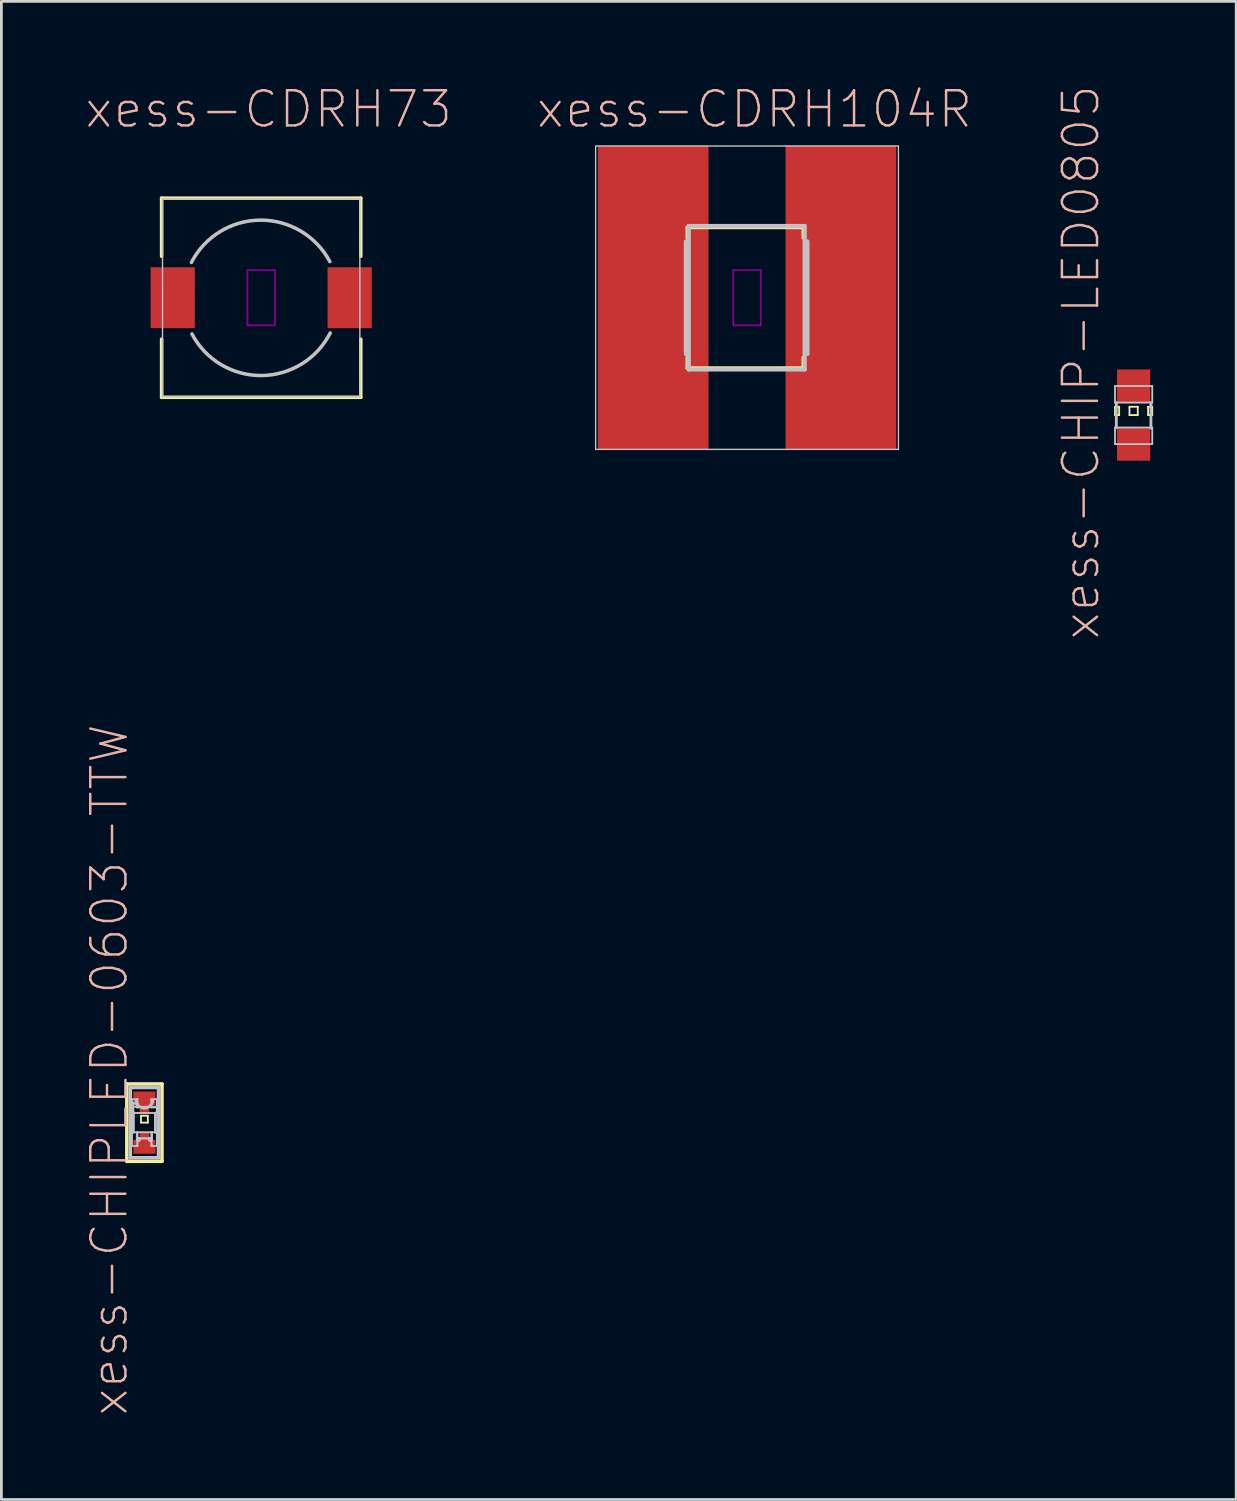
<source format=kicad_pcb>
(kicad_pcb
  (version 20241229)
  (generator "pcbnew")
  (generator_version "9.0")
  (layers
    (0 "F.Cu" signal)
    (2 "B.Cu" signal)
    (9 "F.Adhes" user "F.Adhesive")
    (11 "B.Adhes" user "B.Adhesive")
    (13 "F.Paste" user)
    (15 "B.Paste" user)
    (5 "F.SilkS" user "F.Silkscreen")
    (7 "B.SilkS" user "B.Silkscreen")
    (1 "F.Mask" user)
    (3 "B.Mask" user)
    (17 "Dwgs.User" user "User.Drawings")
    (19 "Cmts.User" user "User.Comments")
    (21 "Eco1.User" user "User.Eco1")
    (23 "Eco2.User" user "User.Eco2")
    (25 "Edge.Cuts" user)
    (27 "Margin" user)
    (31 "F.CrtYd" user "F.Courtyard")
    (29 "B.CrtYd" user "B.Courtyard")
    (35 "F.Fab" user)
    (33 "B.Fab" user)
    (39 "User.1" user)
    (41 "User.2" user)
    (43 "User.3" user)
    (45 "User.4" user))
  (footprint "xess-CHIPLED-0603-TTW"
    (layer "F.Cu")
    (at 2.169 37.521)
    (property "Reference" "xess-CHIPLED-0603-TTW" (at -1.27 -1.905 90) (layer "B.SilkS") (effects (font (size 1.27 1.27) (thickness 0.089))))
    (attr smd)
    (fp_line (start -0.399 -1.123) (end 0.399 -1.123) (stroke (width 0.066) (type solid)) (layer "F.Mask"))
    (fp_line (start -0.399 -0.625) (end -0.399 -1.123) (stroke (width 0.066) (type solid)) (layer "F.Mask"))
    (fp_line (start -0.399 -0.625) (end 0.399 -0.625) (stroke (width 0.066) (type solid)) (layer "F.Mask"))
    (fp_line (start -0.399 0.625) (end 0.399 0.625) (stroke (width 0.066) (type solid)) (layer "F.Mask"))
    (fp_line (start -0.399 1.123) (end -0.399 0.625) (stroke (width 0.066) (type solid)) (layer "F.Mask"))
    (fp_line (start -0.399 1.123) (end 0.399 1.123) (stroke (width 0.066) (type solid)) (layer "F.Mask"))
    (fp_line (start -0.173 -0.699) (end 0.173 -0.699) (stroke (width 0.066) (type solid)) (layer "F.Mask"))
    (fp_line (start -0.173 -0.323) (end -0.173 -0.699) (stroke (width 0.066) (type solid)) (layer "F.Mask"))
    (fp_line (start -0.173 -0.323) (end 0.173 -0.323) (stroke (width 0.066) (type solid)) (layer "F.Mask"))
    (fp_line (start -0.173 0.323) (end 0.173 0.323) (stroke (width 0.066) (type solid)) (layer "F.Mask"))
    (fp_line (start -0.173 0.673) (end -0.173 0.323) (stroke (width 0.066) (type solid)) (layer "F.Mask"))
    (fp_line (start -0.173 0.673) (end 0.173 0.673) (stroke (width 0.066) (type solid)) (layer "F.Mask"))
    (fp_line (start 0.173 -0.323) (end 0.173 -0.699) (stroke (width 0.066) (type solid)) (layer "F.Mask"))
    (fp_line (start 0.173 0.673) (end 0.173 0.323) (stroke (width 0.066) (type solid)) (layer "F.Mask"))
    (fp_line (start 0.399 -0.625) (end 0.399 -1.123) (stroke (width 0.066) (type solid)) (layer "F.Mask"))
    (fp_line (start 0.399 1.123) (end 0.399 0.625) (stroke (width 0.066) (type solid)) (layer "F.Mask"))
    (fp_line (start -0.635 -1.397) (end -0.635 1.397) (stroke (width 0.127) (type solid)) (layer "F.SilkS"))
    (fp_line (start -0.635 1.397) (end 0.635 1.397) (stroke (width 0.127) (type solid)) (layer "F.SilkS"))
    (fp_line (start -0.124 -0.249) (end 0.124 -0.249) (stroke (width 0.066) (type solid)) (layer "F.SilkS"))
    (fp_line (start -0.124 0) (end -0.124 -0.249) (stroke (width 0.066) (type solid)) (layer "F.SilkS"))
    (fp_line (start -0.124 0) (end 0.124 0) (stroke (width 0.066) (type solid)) (layer "F.SilkS"))
    (fp_line (start 0.124 0) (end 0.124 -0.249) (stroke (width 0.066) (type solid)) (layer "F.SilkS"))
    (fp_line (start 0.635 -1.397) (end -0.635 -1.397) (stroke (width 0.127) (type solid)) (layer "F.SilkS"))
    (fp_line (start 0.635 1.397) (end 0.635 -1.397) (stroke (width 0.127) (type solid)) (layer "F.SilkS"))
    (fp_line (start -0.508 -1.27) (end -0.508 1.27) (stroke (width 0.127) (type solid)) (layer "Dwgs.User"))
    (fp_line (start -0.508 1.27) (end 0.508 1.27) (stroke (width 0.127) (type solid)) (layer "Dwgs.User"))
    (fp_line (start -0.45 -0.848) (end -0.249 -0.848) (stroke (width 0.066) (type solid)) (layer "Dwgs.User"))
    (fp_line (start -0.45 -0.724) (end -0.399 -0.724) (stroke (width 0.066) (type solid)) (layer "Dwgs.User"))
    (fp_line (start -0.45 -0.699) (end -0.45 -0.848) (stroke (width 0.066) (type solid)) (layer "Dwgs.User"))
    (fp_line (start -0.45 -0.699) (end -0.249 -0.699) (stroke (width 0.066) (type solid)) (layer "Dwgs.User"))
    (fp_line (start -0.45 -0.574) (end 0.45 -0.574) (stroke (width 0.066) (type solid)) (layer "Dwgs.User"))
    (fp_line (start -0.45 -0.348) (end -0.45 -0.724) (stroke (width 0.066) (type solid)) (layer "Dwgs.User"))
    (fp_line (start -0.45 -0.348) (end -0.45 -0.574) (stroke (width 0.066) (type solid)) (layer "Dwgs.User"))
    (fp_line (start -0.45 -0.348) (end -0.399 -0.348) (stroke (width 0.066) (type solid)) (layer "Dwgs.User"))
    (fp_line (start -0.45 -0.348) (end 0.45 -0.348) (stroke (width 0.066) (type solid)) (layer "Dwgs.User"))
    (fp_line (start -0.45 0.348) (end -0.249 0.348) (stroke (width 0.066) (type solid)) (layer "Dwgs.User"))
    (fp_line (start -0.45 0.848) (end -0.45 0.348) (stroke (width 0.066) (type solid)) (layer "Dwgs.User"))
    (fp_line (start -0.45 0.848) (end -0.249 0.848) (stroke (width 0.066) (type solid)) (layer "Dwgs.User"))
    (fp_line (start -0.399 -0.373) (end -0.399 0.348) (stroke (width 0.102) (type solid)) (layer "Dwgs.User"))
    (fp_line (start -0.399 -0.348) (end -0.399 -0.724) (stroke (width 0.066) (type solid)) (layer "Dwgs.User"))
    (fp_line (start -0.274 -0.599) (end -0.224 -0.599) (stroke (width 0.066) (type solid)) (layer "Dwgs.User"))
    (fp_line (start -0.274 -0.549) (end -0.274 -0.599) (stroke (width 0.066) (type solid)) (layer "Dwgs.User"))
    (fp_line (start -0.274 -0.549) (end -0.224 -0.549) (stroke (width 0.066) (type solid)) (layer "Dwgs.User"))
    (fp_line (start -0.274 0.348) (end 0.274 0.348) (stroke (width 0.066) (type solid)) (layer "Dwgs.User"))
    (fp_line (start -0.274 0.549) (end -0.173 0.549) (stroke (width 0.066) (type solid)) (layer "Dwgs.User"))
    (fp_line (start -0.274 0.574) (end -0.274 0.348) (stroke (width 0.066) (type solid)) (layer "Dwgs.User"))
    (fp_line (start -0.274 0.574) (end 0.274 0.574) (stroke (width 0.066) (type solid)) (layer "Dwgs.User"))
    (fp_line (start -0.274 0.648) (end -0.274 0.549) (stroke (width 0.066) (type solid)) (layer "Dwgs.User"))
    (fp_line (start -0.274 0.648) (end -0.173 0.648) (stroke (width 0.066) (type solid)) (layer "Dwgs.User"))
    (fp_line (start -0.249 -0.699) (end -0.249 -0.848) (stroke (width 0.066) (type solid)) (layer "Dwgs.User"))
    (fp_line (start -0.249 0.848) (end -0.249 0.348) (stroke (width 0.066) (type solid)) (layer "Dwgs.User"))
    (fp_line (start -0.224 -0.549) (end -0.224 -0.599) (stroke (width 0.066) (type solid)) (layer "Dwgs.User"))
    (fp_line (start -0.173 0.648) (end -0.173 0.549) (stroke (width 0.066) (type solid)) (layer "Dwgs.User"))
    (fp_line (start 0.173 0.549) (end 0.274 0.549) (stroke (width 0.066) (type solid)) (layer "Dwgs.User"))
    (fp_line (start 0.173 0.648) (end 0.173 0.549) (stroke (width 0.066) (type solid)) (layer "Dwgs.User"))
    (fp_line (start 0.173 0.648) (end 0.274 0.648) (stroke (width 0.066) (type solid)) (layer "Dwgs.User"))
    (fp_line (start 0.249 -0.848) (end 0.45 -0.848) (stroke (width 0.066) (type solid)) (layer "Dwgs.User"))
    (fp_line (start 0.249 -0.549) (end 0.249 -0.848) (stroke (width 0.066) (type solid)) (layer "Dwgs.User"))
    (fp_line (start 0.249 -0.549) (end 0.45 -0.549) (stroke (width 0.066) (type solid)) (layer "Dwgs.User"))
    (fp_line (start 0.249 0.348) (end 0.45 0.348) (stroke (width 0.066) (type solid)) (layer "Dwgs.User"))
    (fp_line (start 0.249 0.848) (end 0.249 0.348) (stroke (width 0.066) (type solid)) (layer "Dwgs.User"))
    (fp_line (start 0.249 0.848) (end 0.45 0.848) (stroke (width 0.066) (type solid)) (layer "Dwgs.User"))
    (fp_line (start 0.274 0.574) (end 0.274 0.348) (stroke (width 0.066) (type solid)) (layer "Dwgs.User"))
    (fp_line (start 0.274 0.648) (end 0.274 0.549) (stroke (width 0.066) (type solid)) (layer "Dwgs.User"))
    (fp_line (start 0.399 -0.348) (end 0.399 0.348) (stroke (width 0.102) (type solid)) (layer "Dwgs.User"))
    (fp_line (start 0.45 -0.549) (end 0.45 -0.848) (stroke (width 0.066) (type solid)) (layer "Dwgs.User"))
    (fp_line (start 0.45 -0.348) (end 0.45 -0.574) (stroke (width 0.066) (type solid)) (layer "Dwgs.User"))
    (fp_line (start 0.45 0.848) (end 0.45 0.348) (stroke (width 0.066) (type solid)) (layer "Dwgs.User"))
    (fp_line (start 0.508 -1.27) (end -0.508 -1.27) (stroke (width 0.127) (type solid)) (layer "Dwgs.User"))
    (fp_line (start 0.508 1.27) (end 0.508 -1.27) (stroke (width 0.127) (type solid)) (layer "Dwgs.User"))
    (fp_arc (start -0.27432 0.82296) (mid 0 0.54864) (end 0.27432 0.82296) (stroke (width 0.0508) (type solid)) (layer "Dwgs.User"))
    (fp_arc (start 0.29972 -0.82296) (mid 0 -0.52324) (end -0.29972 -0.82296) (stroke (width 0.1016) (type solid)) (layer "Dwgs.User"))
    (fp_circle (center -0.348 -0.625) (end -0.384 -0.66) (stroke (width 0.025) (type solid)) (fill no) (layer "Dwgs.User"))
    (pad "A" smd rect (at 0 0.874) (size 0.798 0.498) (layers "F.Cu" "F.Mask" "F.Paste"))
    (pad "A@1" smd rect (at 0 0.498) (size 0.348 0.348) (layers "F.Cu" "F.Mask" "F.Paste"))
    (pad "C" smd rect (at 0 -0.874) (size 0.798 0.498) (layers "F.Cu" "F.Mask" "F.Paste"))
    (pad "C@1" smd rect (at 0 -0.498) (size 0.348 0.348) (layers "F.Cu" "F.Mask" "F.Paste")))
  (footprint "xess-CHIP-LED0805"
    (layer "F.Cu")
    (at 37.918 11.95)
    (property "Reference" "xess-CHIP-LED0805" (at -1.905 -1.905 90) (layer "B.SilkS") (effects (font (size 1.27 1.27) (thickness 0.089))))
    (attr smd)
    (fp_line (start -0.673 -0.3) (end -0.523 -0.3) (stroke (width 0.066) (type solid)) (layer "F.SilkS"))
    (fp_line (start -0.673 0) (end -0.673 -0.3) (stroke (width 0.066) (type solid)) (layer "F.SilkS"))
    (fp_line (start -0.673 0) (end -0.523 0) (stroke (width 0.066) (type solid)) (layer "F.SilkS"))
    (fp_line (start -0.523 0) (end -0.523 -0.3) (stroke (width 0.066) (type solid)) (layer "F.SilkS"))
    (fp_line (start -0.15 -0.3) (end 0.15 -0.3) (stroke (width 0.066) (type solid)) (layer "F.SilkS"))
    (fp_line (start -0.15 0) (end -0.15 -0.3) (stroke (width 0.066) (type solid)) (layer "F.SilkS"))
    (fp_line (start -0.15 0) (end 0.15 0) (stroke (width 0.066) (type solid)) (layer "F.SilkS"))
    (fp_line (start 0.15 0) (end 0.15 -0.3) (stroke (width 0.066) (type solid)) (layer "F.SilkS"))
    (fp_line (start 0.523 -0.3) (end 0.673 -0.3) (stroke (width 0.066) (type solid)) (layer "F.SilkS"))
    (fp_line (start 0.523 0) (end 0.523 -0.3) (stroke (width 0.066) (type solid)) (layer "F.SilkS"))
    (fp_line (start 0.523 0) (end 0.673 0) (stroke (width 0.066) (type solid)) (layer "F.SilkS"))
    (fp_line (start 0.673 0) (end 0.673 -0.3) (stroke (width 0.066) (type solid)) (layer "F.SilkS"))
    (fp_line (start -0.673 -1.049) (end 0.673 -1.049) (stroke (width 0.066) (type solid)) (layer "Dwgs.User"))
    (fp_line (start -0.673 -0.45) (end -0.673 -1.049) (stroke (width 0.066) (type solid)) (layer "Dwgs.User"))
    (fp_line (start -0.673 -0.45) (end 0.673 -0.45) (stroke (width 0.066) (type solid)) (layer "Dwgs.User"))
    (fp_line (start -0.673 0.45) (end 0.673 0.45) (stroke (width 0.066) (type solid)) (layer "Dwgs.User"))
    (fp_line (start -0.673 1.049) (end -0.673 0.45) (stroke (width 0.066) (type solid)) (layer "Dwgs.User"))
    (fp_line (start -0.673 1.049) (end 0.673 1.049) (stroke (width 0.066) (type solid)) (layer "Dwgs.User"))
    (fp_line (start -0.625 -0.45) (end -0.625 0.45) (stroke (width 0.102) (type solid)) (layer "Dwgs.User"))
    (fp_line (start 0.625 -0.45) (end 0.625 0.475) (stroke (width 0.102) (type solid)) (layer "Dwgs.User"))
    (fp_line (start 0.673 -0.45) (end 0.673 -1.049) (stroke (width 0.066) (type solid)) (layer "Dwgs.User"))
    (fp_line (start 0.673 1.049) (end 0.673 0.45) (stroke (width 0.066) (type solid)) (layer "Dwgs.User"))
    (pad "A" smd rect (at 0 1.049) (size 1.199 1.199) (layers "F.Cu" "F.Mask" "F.Paste"))
    (pad "C" smd rect (at 0 -1.049) (size 1.199 1.199) (layers "F.Cu" "F.Mask" "F.Paste")))
  (footprint "xess-CDRH73"
    (layer "F.Cu")
    (at 6.389 7.709)
    (property "Reference" "xess-CDRH73" (at 0.269 -6.81 0) (layer "B.SilkS") (effects (font (size 1.27 1.27) (thickness 0.089))))
    (attr smd)
    (fp_line (start -3.599 -3.599) (end -3.599 -1.499) (stroke (width 0.127) (type solid)) (layer "F.SilkS"))
    (fp_line (start -3.599 1.499) (end -3.599 3.599) (stroke (width 0.127) (type solid)) (layer "F.SilkS"))
    (fp_line (start -3.599 3.599) (end 3.599 3.599) (stroke (width 0.127) (type solid)) (layer "F.SilkS"))
    (fp_line (start 3.599 -3.599) (end -3.599 -3.599) (stroke (width 0.127) (type solid)) (layer "F.SilkS"))
    (fp_line (start 3.599 -1.499) (end 3.599 -3.599) (stroke (width 0.127) (type solid)) (layer "F.SilkS"))
    (fp_line (start 3.599 3.599) (end 3.599 1.499) (stroke (width 0.127) (type solid)) (layer "F.SilkS"))
    (fp_line (start -0.498 -0.998) (end 0.498 -0.998) (stroke (width 0.066) (type solid)) (layer "F.Adhes"))
    (fp_line (start -0.498 0.998) (end -0.498 -0.998) (stroke (width 0.066) (type solid)) (layer "F.Adhes"))
    (fp_line (start -0.498 0.998) (end 0.498 0.998) (stroke (width 0.066) (type solid)) (layer "F.Adhes"))
    (fp_line (start 0.498 0.998) (end 0.498 -0.998) (stroke (width 0.066) (type solid)) (layer "F.Adhes"))
    (fp_line (start -3.566 -3.576) (end 3.566 -3.576) (stroke (width 0.051) (type solid)) (layer "Dwgs.User"))
    (fp_line (start -3.566 3.576) (end -3.566 -3.576) (stroke (width 0.051) (type solid)) (layer "Dwgs.User"))
    (fp_line (start 3.566 -3.576) (end 3.566 3.576) (stroke (width 0.051) (type solid)) (layer "Dwgs.User"))
    (fp_line (start 3.566 3.576) (end -3.566 3.576) (stroke (width 0.051) (type solid)) (layer "Dwgs.User"))
    (fp_arc (start -2.52222 -1.27508) (mid -0.029827 -2.803765) (end 2.480924 -1.305422) (stroke (width 0.127) (type solid)) (layer "Dwgs.User"))
    (fp_arc (start 2.49428 1.27508) (mid 0.006522 2.812545) (end -2.502018 1.309226) (stroke (width 0.127) (type solid)) (layer "Dwgs.User"))
    (pad "1" smd rect (at -3.198 0) (size 1.598 2.2) (layers "F.Cu" "F.Mask" "F.Paste"))
    (pad "2" smd rect (at 3.198 0) (size 1.598 2.2) (layers "F.Cu" "F.Mask" "F.Paste")))
  (footprint "xess-CDRH104R"
    (layer "F.Cu")
    (at 23.947 7.709)
    (property "Reference" "xess-CDRH104R" (at 0.269 -6.81 0) (layer "B.SilkS") (effects (font (size 1.27 1.27) (thickness 0.089))))
    (attr smd)
    (fp_line (start -2.159 -2.54) (end 2.032 -2.54) (stroke (width 0.127) (type solid)) (layer "F.SilkS"))
    (fp_line (start -2.159 -2.159) (end -2.159 -2.54) (stroke (width 0.127) (type solid)) (layer "F.SilkS"))
    (fp_line (start -2.159 2.159) (end -2.159 2.54) (stroke (width 0.127) (type solid)) (layer "F.SilkS"))
    (fp_line (start -2.159 2.54) (end 2.032 2.54) (stroke (width 0.127) (type solid)) (layer "F.SilkS"))
    (fp_line (start 2.032 -2.54) (end 2.032 -2.159) (stroke (width 0.127) (type solid)) (layer "F.SilkS"))
    (fp_line (start 2.032 2.54) (end 2.032 2.159) (stroke (width 0.127) (type solid)) (layer "F.SilkS"))
    (fp_line (start -0.498 -0.998) (end 0.498 -0.998) (stroke (width 0.066) (type solid)) (layer "F.Adhes"))
    (fp_line (start -0.498 0.998) (end -0.498 -0.998) (stroke (width 0.066) (type solid)) (layer "F.Adhes"))
    (fp_line (start -0.498 0.998) (end 0.498 0.998) (stroke (width 0.066) (type solid)) (layer "F.Adhes"))
    (fp_line (start 0.498 0.998) (end 0.498 -0.998) (stroke (width 0.066) (type solid)) (layer "F.Adhes"))
    (fp_line (start -5.471 -5.481) (end 5.471 -5.481) (stroke (width 0.051) (type solid)) (layer "Dwgs.User"))
    (fp_line (start -5.471 5.481) (end -5.471 -5.481) (stroke (width 0.051) (type solid)) (layer "Dwgs.User"))
    (fp_line (start -2.21 -2.032) (end -2.21 2.032) (stroke (width 0.152) (type solid)) (layer "Dwgs.User"))
    (fp_line (start -2.106 -2.591) (end -2.106 2.591) (stroke (width 0.152) (type solid)) (layer "Dwgs.User"))
    (fp_line (start -2.106 2.591) (end 2.083 2.591) (stroke (width 0.152) (type solid)) (layer "Dwgs.User"))
    (fp_line (start 2.083 -2.591) (end -2.106 -2.591) (stroke (width 0.152) (type solid)) (layer "Dwgs.User"))
    (fp_line (start 2.083 -2.591) (end 2.083 2.591) (stroke (width 0.152) (type solid)) (layer "Dwgs.User"))
    (fp_line (start 2.182 -2.032) (end 2.182 2.032) (stroke (width 0.152) (type solid)) (layer "Dwgs.User"))
    (fp_line (start 5.471 -5.481) (end 5.471 5.481) (stroke (width 0.051) (type solid)) (layer "Dwgs.User"))
    (fp_line (start 5.471 5.481) (end -5.471 5.481) (stroke (width 0.051) (type solid)) (layer "Dwgs.User"))
    (pad "1" smd rect (at -3.391 0) (size 3.998 10.998) (layers "F.Cu" "F.Mask" "F.Paste"))
    (pad "2" smd rect (at 3.391 0) (size 3.998 10.998) (layers "F.Cu" "F.Mask" "F.Paste")))
  (gr_rect
    (start -3 -3)
    (end 41.625 51.141)
    (stroke (width 0.1) (type default))
    (fill no)
    (layer "Edge.Cuts")))
</source>
